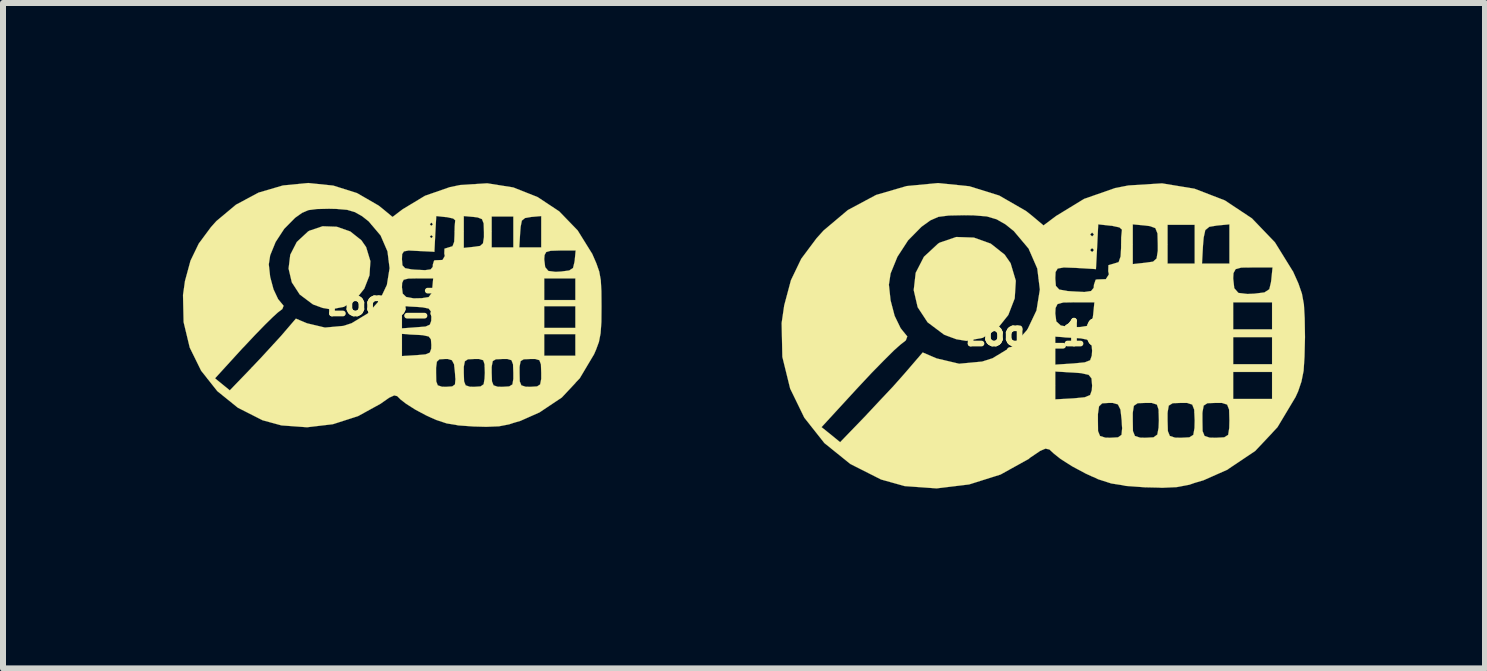
<source format=kicad_pcb>
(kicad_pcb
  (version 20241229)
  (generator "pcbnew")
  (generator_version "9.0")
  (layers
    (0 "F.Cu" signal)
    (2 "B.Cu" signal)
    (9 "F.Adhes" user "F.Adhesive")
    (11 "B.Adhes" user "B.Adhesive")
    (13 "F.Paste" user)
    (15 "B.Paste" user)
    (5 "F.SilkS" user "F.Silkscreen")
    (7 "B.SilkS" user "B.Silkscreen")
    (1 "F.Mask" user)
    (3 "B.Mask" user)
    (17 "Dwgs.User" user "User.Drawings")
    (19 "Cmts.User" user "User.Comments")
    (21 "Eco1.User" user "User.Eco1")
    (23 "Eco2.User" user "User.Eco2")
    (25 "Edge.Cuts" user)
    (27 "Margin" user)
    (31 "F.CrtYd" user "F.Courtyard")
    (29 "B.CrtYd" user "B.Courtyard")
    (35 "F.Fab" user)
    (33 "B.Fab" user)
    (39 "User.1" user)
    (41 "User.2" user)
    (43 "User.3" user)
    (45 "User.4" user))
  (footprint "Logo_10"
    (layer "F.Cu")
    (at 14.22 2.506)
    (property "Reference" "Logo_10" (at 0 0 0) (layer "F.SilkS") (effects (font (size 0.381 0.381) (thickness 0.127))))
    (attr through_hole)
    (fp_poly (pts (xy -0.335 -0.876) (xy -0.353 -0.582) (xy -0.46 -0.305) (xy -0.643 -0.076) (xy -0.886 0.076) (xy -1.161 0.127) (xy -1.328 0.099) (xy -1.521 0.028) (xy -1.542 0.015) (xy -1.806 -0.183) (xy -1.971 -0.434) (xy -2.037 -0.719) (xy -2.004 -1.008) (xy -1.867 -1.275) (xy -1.631 -1.494) (xy -1.603 -1.511) (xy -1.328 -1.605) (xy -1.034 -1.595) (xy -0.752 -1.494) (xy -0.521 -1.311) (xy -0.422 -1.168) (xy -0.335 -0.876)) (stroke (width 0.003) (type solid)) (fill yes) (layer "F.SilkS"))
    (fp_poly (pts (xy 4.486 0.064) (xy 4.478 0.391) (xy 4.463 0.625) (xy 4.427 0.805) (xy 4.371 0.97) (xy 4.328 1.064) (xy 4.028 1.565) (xy 3.945 1.654) (xy 3.945 -1.097) (xy 3.617 -1.097) (xy 3.424 -1.095) (xy 3.33 -1.069) (xy 3.294 -1.003) (xy 3.289 -0.914) (xy 3.307 -0.752) (xy 3.376 -0.673) (xy 3.526 -0.655) (xy 3.642 -0.66) (xy 3.81 -0.681) (xy 3.891 -0.734) (xy 3.919 -0.851) (xy 3.924 -0.889) (xy 3.945 -1.097) (xy 3.945 1.654) (xy 3.937 1.664) (xy 3.937 1.095) (xy 3.937 0.871) (xy 3.937 0.645) (xy 3.937 0.516) (xy 3.937 0.29) (xy 3.937 0.064) (xy 3.937 -0.066) (xy 3.937 -0.29) (xy 3.937 -0.516) (xy 3.614 -0.516) (xy 3.289 -0.516) (xy 3.289 -0.29) (xy 3.289 -0.066) (xy 3.614 -0.066) (xy 3.937 -0.066) (xy 3.937 0.064) (xy 3.614 0.064) (xy 3.289 0.064) (xy 3.289 0.29) (xy 3.289 0.516) (xy 3.614 0.516) (xy 3.937 0.516) (xy 3.937 0.645) (xy 3.614 0.645) (xy 3.289 0.645) (xy 3.289 0.871) (xy 3.289 1.095) (xy 3.614 1.095) (xy 3.937 1.095) (xy 3.937 1.664) (xy 3.655 1.963) (xy 3.226 2.25) (xy 3.226 1.453) (xy 3.226 -1.161) (xy 3.226 -1.488) (xy 3.226 -1.816) (xy 3.018 -1.796) (xy 2.891 -1.775) (xy 2.824 -1.72) (xy 2.797 -1.595) (xy 2.786 -1.468) (xy 2.769 -1.161) (xy 2.997 -1.161) (xy 3.226 -1.161) (xy 3.226 1.453) (xy 3.221 1.273) (xy 3.188 1.189) (xy 3.101 1.161) (xy 3 1.161) (xy 2.86 1.166) (xy 2.797 1.206) (xy 2.776 1.321) (xy 2.776 1.453) (xy 2.779 1.631) (xy 2.812 1.712) (xy 2.898 1.74) (xy 3 1.742) (xy 3.139 1.735) (xy 3.205 1.694) (xy 3.223 1.58) (xy 3.226 1.453) (xy 3.226 2.25) (xy 3.195 2.273) (xy 2.794 2.451) (xy 2.647 2.494) (xy 2.647 1.453) (xy 2.647 -1.161) (xy 2.647 -1.483) (xy 2.647 -1.808) (xy 2.421 -1.808) (xy 2.195 -1.808) (xy 2.195 -1.483) (xy 2.195 -1.161) (xy 2.421 -1.161) (xy 2.647 -1.161) (xy 2.647 1.453) (xy 2.639 1.273) (xy 2.606 1.189) (xy 2.52 1.161) (xy 2.421 1.161) (xy 2.281 1.166) (xy 2.215 1.206) (xy 2.195 1.321) (xy 2.195 1.453) (xy 2.2 1.631) (xy 2.233 1.712) (xy 2.319 1.74) (xy 2.421 1.742) (xy 2.558 1.735) (xy 2.624 1.694) (xy 2.644 1.58) (xy 2.647 1.453) (xy 2.647 2.494) (xy 2.558 2.525) (xy 2.347 2.565) (xy 2.101 2.576) (xy 2.05 2.573) (xy 2.05 1.453) (xy 2.045 1.273) (xy 2.032 1.232) (xy 2.032 -1.374) (xy 2.032 -1.483) (xy 2.027 -1.664) (xy 1.991 -1.753) (xy 1.902 -1.786) (xy 1.824 -1.796) (xy 1.615 -1.816) (xy 1.615 -1.483) (xy 1.615 -1.153) (xy 1.824 -1.176) (xy 1.953 -1.194) (xy 2.012 -1.247) (xy 2.032 -1.374) (xy 2.032 1.232) (xy 2.017 1.189) (xy 1.93 1.161) (xy 1.834 1.161) (xy 1.697 1.166) (xy 1.633 1.209) (xy 1.615 1.323) (xy 1.615 1.453) (xy 1.618 1.631) (xy 1.651 1.712) (xy 1.737 1.74) (xy 1.829 1.742) (xy 1.961 1.735) (xy 2.024 1.689) (xy 2.045 1.575) (xy 2.05 1.453) (xy 2.05 2.573) (xy 1.819 2.568) (xy 1.499 2.545) (xy 1.438 2.532) (xy 1.438 1.582) (xy 1.435 1.549) (xy 1.435 -1.727) (xy 1.392 -1.765) (xy 1.262 -1.793) (xy 1.247 -1.793) (xy 1.039 -1.816) (xy 1.021 -1.443) (xy 1.001 -1.069) (xy 0.968 -1.072) (xy 0.968 -1.387) (xy 0.968 -1.646) (xy 0.937 -1.679) (xy 0.904 -1.646) (xy 0.937 -1.615) (xy 0.968 -1.646) (xy 0.968 -1.387) (xy 0.937 -1.42) (xy 0.904 -1.387) (xy 0.937 -1.354) (xy 0.968 -1.387) (xy 0.968 -1.072) (xy 0.663 -1.09) (xy 0.465 -1.097) (xy 0.363 -1.079) (xy 0.328 -1.021) (xy 0.323 -0.914) (xy 0.333 -0.79) (xy 0.389 -0.729) (xy 0.526 -0.704) (xy 0.597 -0.699) (xy 0.808 -0.688) (xy 0.919 -0.704) (xy 0.963 -0.757) (xy 0.968 -0.81) (xy 0.996 -0.892) (xy 1.016 -0.897) (xy 1.166 -0.902) (xy 1.217 -0.983) (xy 1.206 -1.034) (xy 1.209 -1.135) (xy 1.298 -1.161) (xy 1.379 -1.186) (xy 1.412 -1.28) (xy 1.42 -1.42) (xy 1.422 -1.598) (xy 1.433 -1.712) (xy 1.435 -1.727) (xy 1.435 1.549) (xy 1.43 1.453) (xy 1.41 1.273) (xy 1.367 1.186) (xy 1.28 1.161) (xy 1.219 1.161) (xy 1.105 1.168) (xy 1.052 1.219) (xy 1.034 1.346) (xy 1.034 1.453) (xy 1.036 1.631) (xy 1.069 1.712) (xy 1.156 1.74) (xy 1.242 1.742) (xy 1.369 1.735) (xy 1.427 1.694) (xy 1.438 1.582) (xy 1.438 2.532) (xy 1.257 2.504) (xy 1.036 2.433) (xy 0.975 2.403) (xy 0.975 -0.516) (xy 0.65 -0.516) (xy 0.457 -0.513) (xy 0.361 -0.488) (xy 0.328 -0.422) (xy 0.323 -0.33) (xy 0.34 -0.198) (xy 0.414 -0.13) (xy 0.566 -0.102) (xy 0.737 -0.104) (xy 0.879 -0.127) (xy 0.94 -0.206) (xy 0.955 -0.312) (xy 0.975 -0.516) (xy 0.975 2.403) (xy 0.937 2.388) (xy 0.937 0.871) (xy 0.937 0.29) (xy 0.927 0.173) (xy 0.879 0.112) (xy 0.754 0.086) (xy 0.63 0.076) (xy 0.323 0.056) (xy 0.323 0.29) (xy 0.323 0.523) (xy 0.63 0.503) (xy 0.815 0.485) (xy 0.904 0.45) (xy 0.932 0.371) (xy 0.937 0.29) (xy 0.937 0.871) (xy 0.927 0.752) (xy 0.879 0.693) (xy 0.754 0.665) (xy 0.63 0.655) (xy 0.323 0.638) (xy 0.323 0.871) (xy 0.323 1.102) (xy 0.63 1.085) (xy 0.815 1.067) (xy 0.904 1.029) (xy 0.932 0.95) (xy 0.937 0.871) (xy 0.937 2.388) (xy 0.826 2.337) (xy 0.599 2.215) (xy 0.411 2.095) (xy 0.297 2.004) (xy 0.226 1.938) (xy 0.16 1.923) (xy 0.066 1.963) (xy 0.066 -0.729) (xy 0.023 -1.079) (xy -0.122 -1.412) (xy -0.368 -1.704) (xy -0.505 -1.814) (xy -0.655 -1.9) (xy -0.818 -1.948) (xy -1.039 -1.966) (xy -1.199 -1.968) (xy -1.453 -1.963) (xy -1.626 -1.941) (xy -1.76 -1.882) (xy -1.9 -1.781) (xy -1.913 -1.77) (xy -2.131 -1.549) (xy -2.309 -1.275) (xy -2.423 -0.996) (xy -2.451 -0.81) (xy -2.423 -0.549) (xy -2.355 -0.29) (xy -2.256 -0.086) (xy -2.21 -0.028) (xy -2.144 0.053) (xy -2.169 0.119) (xy -2.263 0.193) (xy -2.365 0.284) (xy -2.532 0.45) (xy -2.741 0.663) (xy -2.969 0.907) (xy -2.997 0.937) (xy -3.574 1.565) (xy -3.419 1.689) (xy -3.264 1.816) (xy -2.84 1.377) (xy -2.614 1.135) (xy -2.385 0.892) (xy -2.195 0.678) (xy -2.151 0.627) (xy -1.887 0.32) (xy -1.656 0.419) (xy -1.28 0.508) (xy -0.897 0.472) (xy -0.724 0.417) (xy -0.386 0.213) (xy -0.142 -0.061) (xy 0.01 -0.381) (xy 0.066 -0.729) (xy 0.066 1.963) (xy 0.064 1.966) (xy -0.102 2.078) (xy -0.117 2.093) (xy -0.589 2.355) (xy -1.113 2.52) (xy -1.656 2.586) (xy -2.187 2.548) (xy -2.581 2.438) (xy -3.094 2.179) (xy -3.526 1.831) (xy -3.861 1.407) (xy -4.097 0.922) (xy -4.227 0.394) (xy -4.239 -0.17) (xy -4.196 -0.465) (xy -4.084 -0.884) (xy -3.912 -1.242) (xy -3.658 -1.582) (xy -3.541 -1.712) (xy -3.134 -2.055) (xy -2.664 -2.306) (xy -2.156 -2.454) (xy -1.631 -2.504) (xy -1.11 -2.451) (xy -0.612 -2.296) (xy -0.163 -2.037) (xy -0.061 -1.956) (xy 0.127 -1.798) (xy 0.338 -1.956) (xy 0.803 -2.24) (xy 1.321 -2.421) (xy 1.542 -2.464) (xy 2.103 -2.499) (xy 2.644 -2.41) (xy 3.15 -2.215) (xy 3.602 -1.915) (xy 3.985 -1.516) (xy 4.282 -1.036) (xy 4.285 -1.034) (xy 4.376 -0.831) (xy 4.435 -0.66) (xy 4.468 -0.48) (xy 4.481 -0.254) (xy 4.486 0.064)) (stroke (width 0.003) (type solid)) (fill yes) (layer "F.SilkS")))
  (footprint "Logo_7"
    (layer "F.Cu")
    (at 3.392 2.005)
    (property "Reference" "Logo_7" (at 0 0 0) (layer "F.SilkS") (effects (font (size 0.381 0.381) (thickness 0.127))))
    (attr through_hole)
    (fp_poly (pts (xy -0.267 -0.701) (xy -0.282 -0.465) (xy -0.368 -0.244) (xy -0.513 -0.061) (xy -0.709 0.061) (xy -0.93 0.102) (xy -1.062 0.079) (xy -1.217 0.023) (xy -1.234 0.013) (xy -1.445 -0.145) (xy -1.577 -0.348) (xy -1.631 -0.577) (xy -1.603 -0.808) (xy -1.494 -1.021) (xy -1.306 -1.196) (xy -1.283 -1.209) (xy -1.064 -1.283) (xy -0.828 -1.275) (xy -0.602 -1.196) (xy -0.417 -1.049) (xy -0.338 -0.935) (xy -0.267 -0.701)) (stroke (width 0.003) (type solid)) (fill yes) (layer "F.SilkS"))
    (fp_poly (pts (xy 3.586 0.051) (xy 3.584 0.312) (xy 3.571 0.5) (xy 3.543 0.645) (xy 3.495 0.775) (xy 3.462 0.851) (xy 3.223 1.252) (xy 3.155 1.323) (xy 3.155 -0.879) (xy 2.893 -0.879) (xy 2.738 -0.874) (xy 2.664 -0.853) (xy 2.637 -0.803) (xy 2.631 -0.732) (xy 2.647 -0.602) (xy 2.7 -0.538) (xy 2.819 -0.523) (xy 2.913 -0.528) (xy 3.048 -0.546) (xy 3.111 -0.587) (xy 3.134 -0.681) (xy 3.139 -0.711) (xy 3.155 -0.879) (xy 3.155 1.323) (xy 3.15 1.331) (xy 3.15 0.876) (xy 3.15 0.696) (xy 3.15 0.516) (xy 3.15 0.411) (xy 3.15 0.231) (xy 3.15 0.051) (xy 3.15 -0.053) (xy 3.15 -0.231) (xy 3.15 -0.414) (xy 2.891 -0.414) (xy 2.631 -0.414) (xy 2.631 -0.231) (xy 2.631 -0.053) (xy 2.891 -0.053) (xy 3.15 -0.053) (xy 3.15 0.051) (xy 2.891 0.051) (xy 2.631 0.051) (xy 2.631 0.231) (xy 2.631 0.411) (xy 2.891 0.411) (xy 3.15 0.411) (xy 3.15 0.516) (xy 2.891 0.516) (xy 2.631 0.516) (xy 2.631 0.696) (xy 2.631 0.876) (xy 2.891 0.876) (xy 3.15 0.876) (xy 3.15 1.331) (xy 2.924 1.572) (xy 2.581 1.801) (xy 2.581 1.161) (xy 2.581 -0.93) (xy 2.581 -1.191) (xy 2.581 -1.453) (xy 2.413 -1.438) (xy 2.311 -1.42) (xy 2.258 -1.377) (xy 2.238 -1.275) (xy 2.23 -1.176) (xy 2.215 -0.93) (xy 2.398 -0.93) (xy 2.581 -0.93) (xy 2.581 1.161) (xy 2.576 1.019) (xy 2.55 0.95) (xy 2.482 0.93) (xy 2.4 0.93) (xy 2.289 0.935) (xy 2.238 0.965) (xy 2.22 1.057) (xy 2.22 1.161) (xy 2.223 1.303) (xy 2.25 1.369) (xy 2.319 1.392) (xy 2.4 1.394) (xy 2.512 1.387) (xy 2.563 1.354) (xy 2.581 1.262) (xy 2.581 1.161) (xy 2.581 1.801) (xy 2.555 1.819) (xy 2.235 1.961) (xy 2.116 1.996) (xy 2.116 1.161) (xy 2.116 -0.93) (xy 2.116 -1.189) (xy 2.116 -1.445) (xy 1.935 -1.445) (xy 1.755 -1.445) (xy 1.755 -1.189) (xy 1.755 -0.93) (xy 1.935 -0.93) (xy 2.116 -0.93) (xy 2.116 1.161) (xy 2.111 1.019) (xy 2.085 0.95) (xy 2.017 0.93) (xy 1.935 0.93) (xy 1.824 0.935) (xy 1.773 0.965) (xy 1.755 1.057) (xy 1.755 1.161) (xy 1.76 1.303) (xy 1.786 1.369) (xy 1.854 1.392) (xy 1.935 1.394) (xy 2.047 1.387) (xy 2.101 1.354) (xy 2.116 1.262) (xy 2.116 1.161) (xy 2.116 1.996) (xy 2.047 2.019) (xy 1.877 2.052) (xy 1.679 2.06) (xy 1.641 2.06) (xy 1.641 1.161) (xy 1.636 1.019) (xy 1.626 0.986) (xy 1.626 -1.1) (xy 1.626 -1.189) (xy 1.621 -1.331) (xy 1.593 -1.402) (xy 1.521 -1.43) (xy 1.458 -1.438) (xy 1.29 -1.453) (xy 1.29 -1.189) (xy 1.29 -0.922) (xy 1.458 -0.94) (xy 1.562 -0.955) (xy 1.61 -0.998) (xy 1.626 -1.1) (xy 1.626 0.986) (xy 1.613 0.95) (xy 1.544 0.93) (xy 1.466 0.93) (xy 1.359 0.935) (xy 1.308 0.968) (xy 1.29 1.059) (xy 1.29 1.161) (xy 1.295 1.303) (xy 1.321 1.369) (xy 1.389 1.392) (xy 1.463 1.394) (xy 1.57 1.387) (xy 1.621 1.351) (xy 1.636 1.26) (xy 1.641 1.161) (xy 1.641 2.06) (xy 1.453 2.055) (xy 1.199 2.037) (xy 1.151 2.027) (xy 1.151 1.265) (xy 1.148 1.24) (xy 1.148 -1.382) (xy 1.113 -1.412) (xy 1.008 -1.435) (xy 0.998 -1.435) (xy 0.831 -1.453) (xy 0.815 -1.156) (xy 0.8 -0.856) (xy 0.775 -0.859) (xy 0.775 -1.11) (xy 0.775 -1.316) (xy 0.749 -1.344) (xy 0.724 -1.316) (xy 0.749 -1.29) (xy 0.775 -1.316) (xy 0.775 -1.11) (xy 0.749 -1.135) (xy 0.724 -1.11) (xy 0.749 -1.085) (xy 0.775 -1.11) (xy 0.775 -0.859) (xy 0.528 -0.871) (xy 0.371 -0.879) (xy 0.292 -0.864) (xy 0.262 -0.818) (xy 0.259 -0.732) (xy 0.267 -0.632) (xy 0.312 -0.584) (xy 0.419 -0.564) (xy 0.478 -0.559) (xy 0.645 -0.551) (xy 0.737 -0.564) (xy 0.772 -0.605) (xy 0.775 -0.648) (xy 0.795 -0.711) (xy 0.813 -0.716) (xy 0.935 -0.721) (xy 0.973 -0.787) (xy 0.965 -0.828) (xy 0.968 -0.909) (xy 1.036 -0.93) (xy 1.102 -0.95) (xy 1.13 -1.024) (xy 1.135 -1.135) (xy 1.138 -1.278) (xy 1.146 -1.369) (xy 1.148 -1.382) (xy 1.148 1.24) (xy 1.143 1.161) (xy 1.128 1.019) (xy 1.092 0.95) (xy 1.024 0.93) (xy 0.975 0.93) (xy 0.884 0.935) (xy 0.841 0.975) (xy 0.828 1.077) (xy 0.828 1.161) (xy 0.831 1.303) (xy 0.856 1.369) (xy 0.925 1.392) (xy 0.993 1.394) (xy 1.097 1.387) (xy 1.143 1.354) (xy 1.151 1.265) (xy 1.151 2.027) (xy 1.006 2.004) (xy 0.831 1.946) (xy 0.78 1.923) (xy 0.78 -0.414) (xy 0.521 -0.414) (xy 0.366 -0.411) (xy 0.287 -0.391) (xy 0.262 -0.338) (xy 0.259 -0.264) (xy 0.272 -0.16) (xy 0.33 -0.104) (xy 0.455 -0.081) (xy 0.589 -0.084) (xy 0.704 -0.102) (xy 0.752 -0.165) (xy 0.765 -0.251) (xy 0.78 -0.414) (xy 0.78 1.923) (xy 0.749 1.91) (xy 0.749 0.696) (xy 0.749 0.231) (xy 0.742 0.137) (xy 0.704 0.089) (xy 0.605 0.069) (xy 0.503 0.061) (xy 0.259 0.046) (xy 0.259 0.231) (xy 0.259 0.419) (xy 0.503 0.401) (xy 0.653 0.389) (xy 0.724 0.358) (xy 0.747 0.295) (xy 0.749 0.231) (xy 0.749 0.696) (xy 0.742 0.602) (xy 0.704 0.554) (xy 0.605 0.533) (xy 0.503 0.526) (xy 0.259 0.511) (xy 0.259 0.696) (xy 0.259 0.881) (xy 0.503 0.866) (xy 0.653 0.853) (xy 0.724 0.823) (xy 0.747 0.759) (xy 0.749 0.696) (xy 0.749 1.91) (xy 0.66 1.869) (xy 0.48 1.773) (xy 0.328 1.676) (xy 0.236 1.605) (xy 0.18 1.549) (xy 0.13 1.537) (xy 0.053 1.572) (xy 0.053 -0.584) (xy 0.018 -0.864) (xy -0.097 -1.13) (xy -0.295 -1.364) (xy -0.404 -1.45) (xy -0.526 -1.519) (xy -0.655 -1.557) (xy -0.831 -1.572) (xy -0.958 -1.575) (xy -1.163 -1.57) (xy -1.3 -1.552) (xy -1.407 -1.506) (xy -1.521 -1.425) (xy -1.529 -1.417) (xy -1.704 -1.24) (xy -1.847 -1.021) (xy -1.938 -0.798) (xy -1.961 -0.648) (xy -1.938 -0.439) (xy -1.882 -0.231) (xy -1.806 -0.069) (xy -1.768 -0.023) (xy -1.714 0.043) (xy -1.735 0.097) (xy -1.811 0.155) (xy -1.892 0.229) (xy -2.024 0.358) (xy -2.192 0.531) (xy -2.375 0.726) (xy -2.398 0.749) (xy -2.857 1.252) (xy -2.736 1.351) (xy -2.611 1.453) (xy -2.271 1.1) (xy -2.09 0.909) (xy -1.908 0.711) (xy -1.755 0.544) (xy -1.72 0.503) (xy -1.509 0.257) (xy -1.323 0.335) (xy -1.024 0.406) (xy -0.716 0.378) (xy -0.579 0.333) (xy -0.31 0.17) (xy -0.114 -0.048) (xy 0.008 -0.305) (xy 0.053 -0.584) (xy 0.053 1.572) (xy 0.051 1.572) (xy -0.081 1.664) (xy -0.094 1.674) (xy -0.472 1.882) (xy -0.892 2.017) (xy -1.323 2.068) (xy -1.75 2.037) (xy -2.065 1.951) (xy -2.477 1.742) (xy -2.819 1.466) (xy -3.089 1.125) (xy -3.279 0.739) (xy -3.381 0.315) (xy -3.391 -0.137) (xy -3.358 -0.371) (xy -3.266 -0.709) (xy -3.129 -0.993) (xy -2.926 -1.267) (xy -2.835 -1.369) (xy -2.507 -1.643) (xy -2.131 -1.844) (xy -1.725 -1.963) (xy -1.303 -2.004) (xy -0.886 -1.961) (xy -0.49 -1.836) (xy -0.13 -1.628) (xy -0.051 -1.565) (xy 0.102 -1.438) (xy 0.269 -1.565) (xy 0.643 -1.791) (xy 1.057 -1.935) (xy 1.232 -1.971) (xy 1.681 -1.999) (xy 2.116 -1.93) (xy 2.52 -1.77) (xy 2.88 -1.532) (xy 3.188 -1.214) (xy 3.426 -0.831) (xy 3.429 -0.828) (xy 3.5 -0.665) (xy 3.548 -0.528) (xy 3.574 -0.384) (xy 3.584 -0.203) (xy 3.586 0.051)) (stroke (width 0.003) (type solid)) (fill yes) (layer "F.SilkS")))
  (gr_rect
    (start -3 -3)
    (end 21.707 8.093)
    (stroke (width 0.1) (type default))
    (fill no)
    (layer "Edge.Cuts")))
</source>
